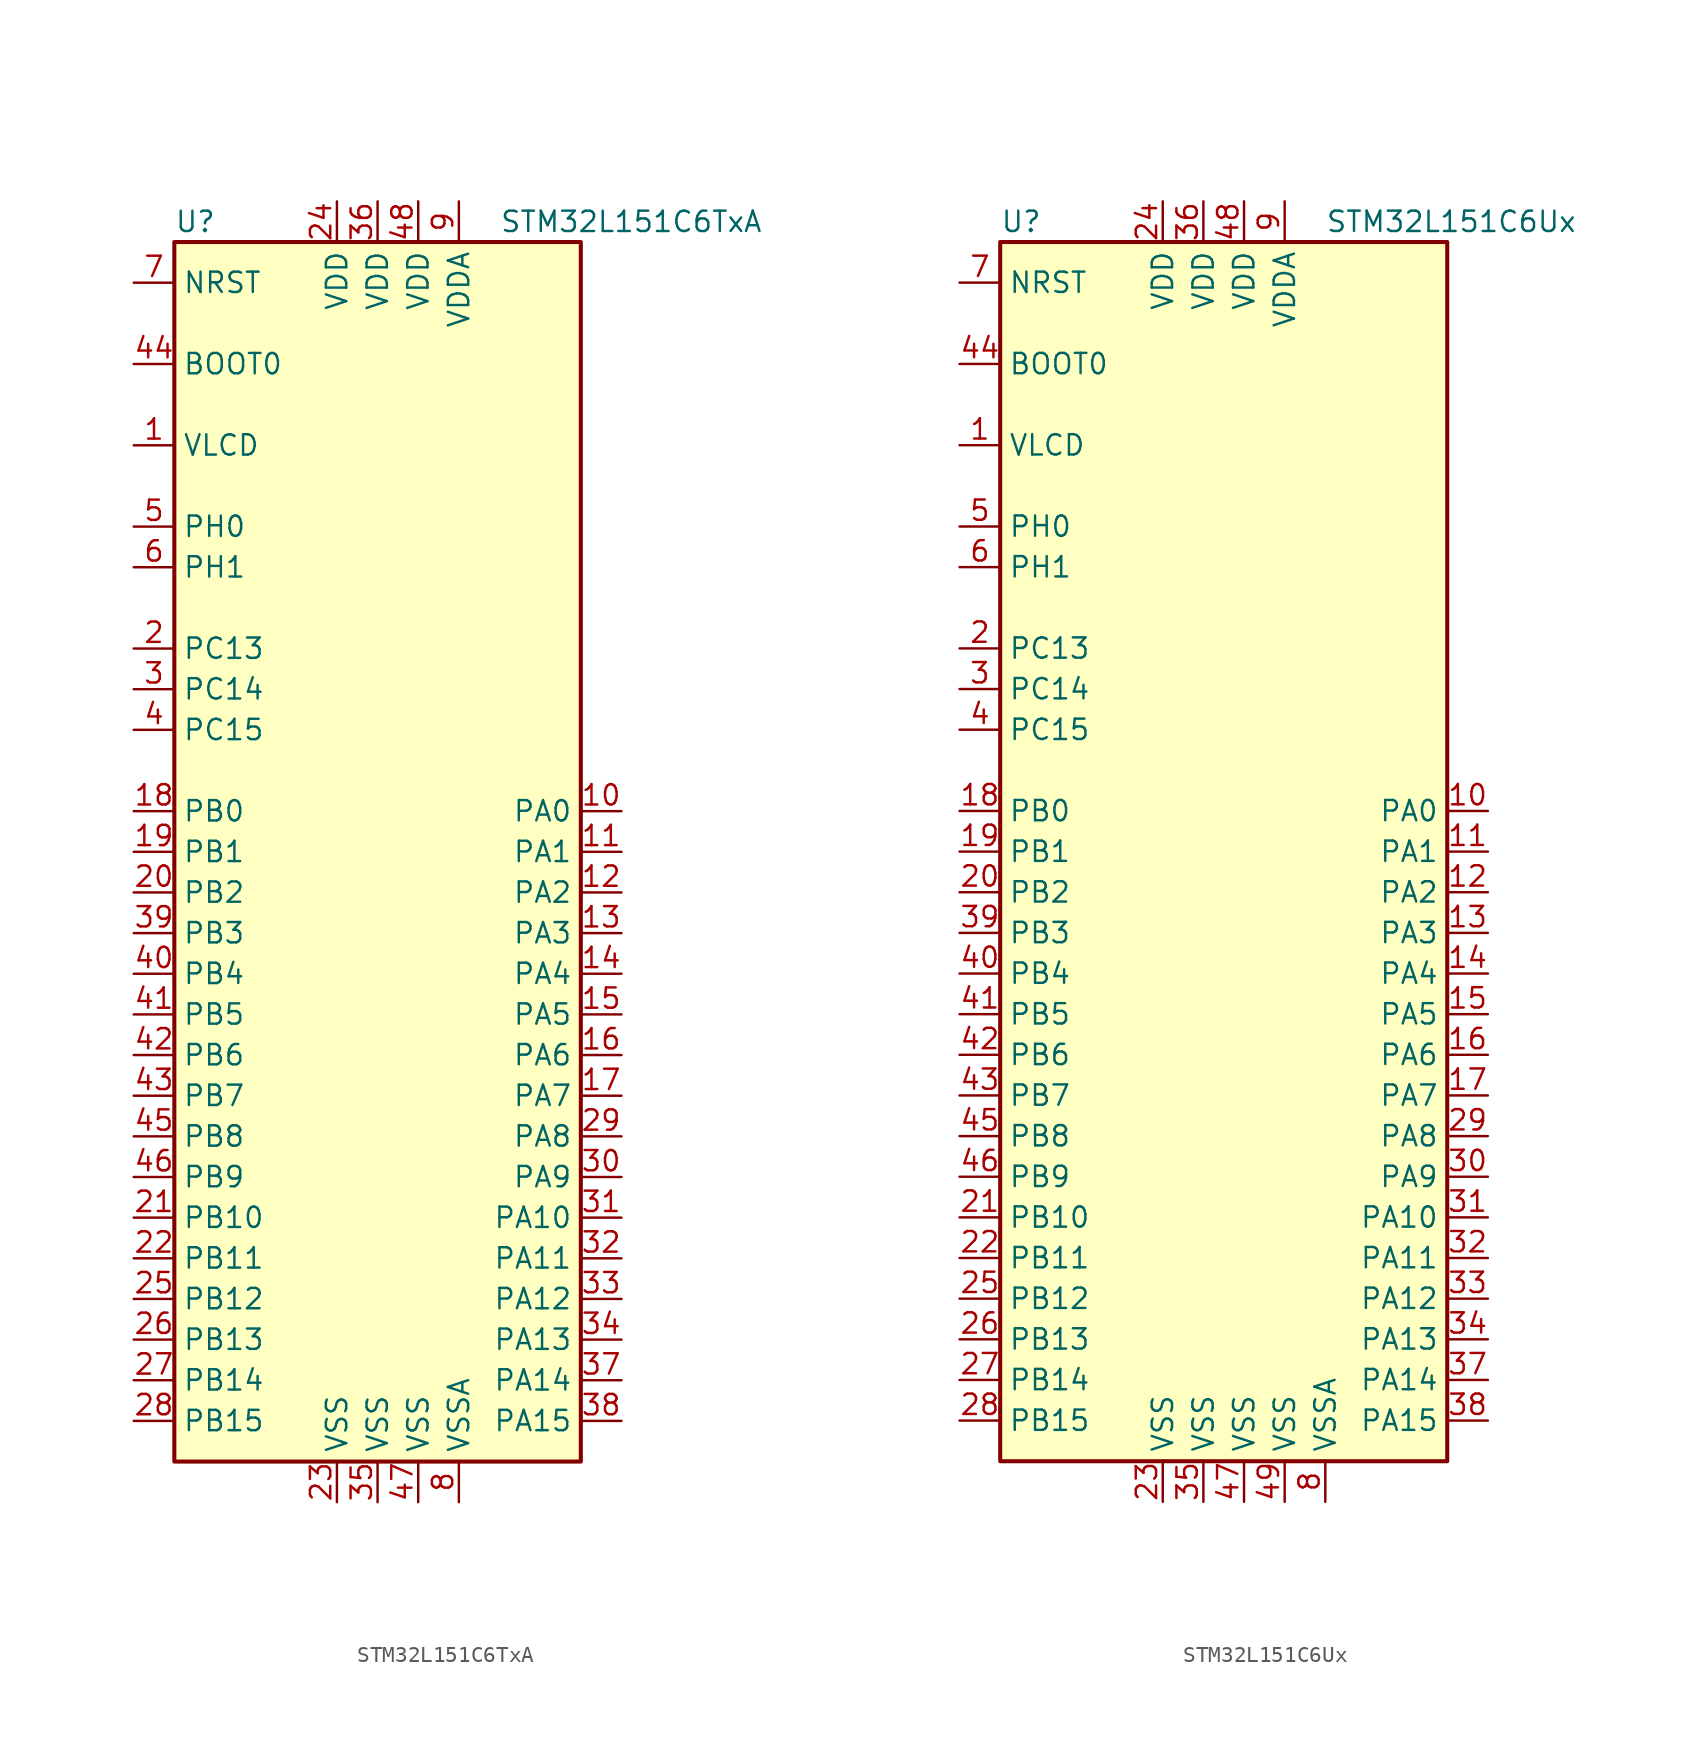
<source format=kicad_sym>
(kicad_symbol_lib
  (version 20211014)
  (generator kicad_symbol_editor)
  (symbol "STM32L151C6TxA"
    (property "Reference" "U"
      (at -12.7 39.37 0)
      (effects (font (size 1.27 1.27)) (justify left)))
    (property "Value" "STM32L151C6TxA"
      (at 7.62 39.37 0)
      (effects (font (size 1.27 1.27)) (justify left)))
    (symbol "STM32L151C6TxA_0_1"
      (rectangle (start -12.7 -38.1) (end 12.7 38.1) (stroke (width 0.254) (type default) (color 0 0 0 0)) (fill (type background))))
    (symbol "STM32L151C6TxA_1_1"
      (pin power_in line (at -15.24 25.4 0) (length 2.54) (name "VLCD" (effects (font (size 1.27 1.27)))) (number "1" (effects (font (size 1.27 1.27)))))
      (pin bidirectional line (at 15.24 2.54 180) (length 2.54) (name "PA0" (effects (font (size 1.27 1.27)))) (number "10" (effects (font (size 1.27 1.27)))))
      (pin bidirectional line (at 15.24 0 180) (length 2.54) (name "PA1" (effects (font (size 1.27 1.27)))) (number "11" (effects (font (size 1.27 1.27)))))
      (pin bidirectional line (at 15.24 -2.54 180) (length 2.54) (name "PA2" (effects (font (size 1.27 1.27)))) (number "12" (effects (font (size 1.27 1.27)))))
      (pin bidirectional line (at 15.24 -5.08 180) (length 2.54) (name "PA3" (effects (font (size 1.27 1.27)))) (number "13" (effects (font (size 1.27 1.27)))))
      (pin bidirectional line (at 15.24 -7.62 180) (length 2.54) (name "PA4" (effects (font (size 1.27 1.27)))) (number "14" (effects (font (size 1.27 1.27)))))
      (pin bidirectional line (at 15.24 -10.16 180) (length 2.54) (name "PA5" (effects (font (size 1.27 1.27)))) (number "15" (effects (font (size 1.27 1.27)))))
      (pin bidirectional line (at 15.24 -12.7 180) (length 2.54) (name "PA6" (effects (font (size 1.27 1.27)))) (number "16" (effects (font (size 1.27 1.27)))))
      (pin bidirectional line (at 15.24 -15.24 180) (length 2.54) (name "PA7" (effects (font (size 1.27 1.27)))) (number "17" (effects (font (size 1.27 1.27)))))
      (pin bidirectional line (at -15.24 2.54 0) (length 2.54) (name "PB0" (effects (font (size 1.27 1.27)))) (number "18" (effects (font (size 1.27 1.27)))))
      (pin bidirectional line (at -15.24 0 0) (length 2.54) (name "PB1" (effects (font (size 1.27 1.27)))) (number "19" (effects (font (size 1.27 1.27)))))
      (pin bidirectional line (at -15.24 12.7 0) (length 2.54) (name "PC13" (effects (font (size 1.27 1.27)))) (number "2" (effects (font (size 1.27 1.27)))))
      (pin bidirectional line (at -15.24 -2.54 0) (length 2.54) (name "PB2" (effects (font (size 1.27 1.27)))) (number "20" (effects (font (size 1.27 1.27)))))
      (pin bidirectional line (at -15.24 -22.86 0) (length 2.54) (name "PB10" (effects (font (size 1.27 1.27)))) (number "21" (effects (font (size 1.27 1.27)))))
      (pin bidirectional line (at -15.24 -25.4 0) (length 2.54) (name "PB11" (effects (font (size 1.27 1.27)))) (number "22" (effects (font (size 1.27 1.27)))))
      (pin power_in line (at -2.54 -40.64 90) (length 2.54) (name "VSS" (effects (font (size 1.27 1.27)))) (number "23" (effects (font (size 1.27 1.27)))))
      (pin power_in line (at -2.54 40.64 270) (length 2.54) (name "VDD" (effects (font (size 1.27 1.27)))) (number "24" (effects (font (size 1.27 1.27)))))
      (pin bidirectional line (at -15.24 -27.94 0) (length 2.54) (name "PB12" (effects (font (size 1.27 1.27)))) (number "25" (effects (font (size 1.27 1.27)))))
      (pin bidirectional line (at -15.24 -30.48 0) (length 2.54) (name "PB13" (effects (font (size 1.27 1.27)))) (number "26" (effects (font (size 1.27 1.27)))))
      (pin bidirectional line (at -15.24 -33.02 0) (length 2.54) (name "PB14" (effects (font (size 1.27 1.27)))) (number "27" (effects (font (size 1.27 1.27)))))
      (pin bidirectional line (at -15.24 -35.56 0) (length 2.54) (name "PB15" (effects (font (size 1.27 1.27)))) (number "28" (effects (font (size 1.27 1.27)))))
      (pin bidirectional line (at 15.24 -17.78 180) (length 2.54) (name "PA8" (effects (font (size 1.27 1.27)))) (number "29" (effects (font (size 1.27 1.27)))))
      (pin bidirectional line (at -15.24 10.16 0) (length 2.54) (name "PC14" (effects (font (size 1.27 1.27)))) (number "3" (effects (font (size 1.27 1.27)))))
      (pin bidirectional line (at 15.24 -20.32 180) (length 2.54) (name "PA9" (effects (font (size 1.27 1.27)))) (number "30" (effects (font (size 1.27 1.27)))))
      (pin bidirectional line (at 15.24 -22.86 180) (length 2.54) (name "PA10" (effects (font (size 1.27 1.27)))) (number "31" (effects (font (size 1.27 1.27)))))
      (pin bidirectional line (at 15.24 -25.4 180) (length 2.54) (name "PA11" (effects (font (size 1.27 1.27)))) (number "32" (effects (font (size 1.27 1.27)))))
      (pin bidirectional line (at 15.24 -27.94 180) (length 2.54) (name "PA12" (effects (font (size 1.27 1.27)))) (number "33" (effects (font (size 1.27 1.27)))))
      (pin bidirectional line (at 15.24 -30.48 180) (length 2.54) (name "PA13" (effects (font (size 1.27 1.27)))) (number "34" (effects (font (size 1.27 1.27)))))
      (pin power_in line (at 0 -40.64 90) (length 2.54) (name "VSS" (effects (font (size 1.27 1.27)))) (number "35" (effects (font (size 1.27 1.27)))))
      (pin power_in line (at 0 40.64 270) (length 2.54) (name "VDD" (effects (font (size 1.27 1.27)))) (number "36" (effects (font (size 1.27 1.27)))))
      (pin bidirectional line (at 15.24 -33.02 180) (length 2.54) (name "PA14" (effects (font (size 1.27 1.27)))) (number "37" (effects (font (size 1.27 1.27)))))
      (pin bidirectional line (at 15.24 -35.56 180) (length 2.54) (name "PA15" (effects (font (size 1.27 1.27)))) (number "38" (effects (font (size 1.27 1.27)))))
      (pin bidirectional line (at -15.24 -5.08 0) (length 2.54) (name "PB3" (effects (font (size 1.27 1.27)))) (number "39" (effects (font (size 1.27 1.27)))))
      (pin bidirectional line (at -15.24 7.62 0) (length 2.54) (name "PC15" (effects (font (size 1.27 1.27)))) (number "4" (effects (font (size 1.27 1.27)))))
      (pin bidirectional line (at -15.24 -7.62 0) (length 2.54) (name "PB4" (effects (font (size 1.27 1.27)))) (number "40" (effects (font (size 1.27 1.27)))))
      (pin bidirectional line (at -15.24 -10.16 0) (length 2.54) (name "PB5" (effects (font (size 1.27 1.27)))) (number "41" (effects (font (size 1.27 1.27)))))
      (pin bidirectional line (at -15.24 -12.7 0) (length 2.54) (name "PB6" (effects (font (size 1.27 1.27)))) (number "42" (effects (font (size 1.27 1.27)))))
      (pin bidirectional line (at -15.24 -15.24 0) (length 2.54) (name "PB7" (effects (font (size 1.27 1.27)))) (number "43" (effects (font (size 1.27 1.27)))))
      (pin input line (at -15.24 30.48 0) (length 2.54) (name "BOOT0" (effects (font (size 1.27 1.27)))) (number "44" (effects (font (size 1.27 1.27)))))
      (pin bidirectional line (at -15.24 -17.78 0) (length 2.54) (name "PB8" (effects (font (size 1.27 1.27)))) (number "45" (effects (font (size 1.27 1.27)))))
      (pin bidirectional line (at -15.24 -20.32 0) (length 2.54) (name "PB9" (effects (font (size 1.27 1.27)))) (number "46" (effects (font (size 1.27 1.27)))))
      (pin power_in line (at 2.54 -40.64 90) (length 2.54) (name "VSS" (effects (font (size 1.27 1.27)))) (number "47" (effects (font (size 1.27 1.27)))))
      (pin power_in line (at 2.54 40.64 270) (length 2.54) (name "VDD" (effects (font (size 1.27 1.27)))) (number "48" (effects (font (size 1.27 1.27)))))
      (pin input line (at -15.24 20.32 0) (length 2.54) (name "PH0" (effects (font (size 1.27 1.27)))) (number "5" (effects (font (size 1.27 1.27)))))
      (pin input line (at -15.24 17.78 0) (length 2.54) (name "PH1" (effects (font (size 1.27 1.27)))) (number "6" (effects (font (size 1.27 1.27)))))
      (pin input line (at -15.24 35.56 0) (length 2.54) (name "NRST" (effects (font (size 1.27 1.27)))) (number "7" (effects (font (size 1.27 1.27)))))
      (pin power_in line (at 5.08 -40.64 90) (length 2.54) (name "VSSA" (effects (font (size 1.27 1.27)))) (number "8" (effects (font (size 1.27 1.27)))))
      (pin power_in line (at 5.08 40.64 270) (length 2.54) (name "VDDA" (effects (font (size 1.27 1.27)))) (number "9" (effects (font (size 1.27 1.27)))))))
  (symbol "STM32L151C6Ux"
    (property "Reference" "U"
      (at -15.24 39.37 0)
      (effects (font (size 1.27 1.27)) (justify left)))
    (property "Value" "STM32L151C6Ux"
      (at 5.08 39.37 0)
      (effects (font (size 1.27 1.27)) (justify left)))
    (symbol "STM32L151C6Ux_0_1"
      (rectangle (start -15.24 -38.1) (end 12.7 38.1) (stroke (width 0.254) (type default) (color 0 0 0 0)) (fill (type background))))
    (symbol "STM32L151C6Ux_1_1"
      (pin power_in line (at -17.78 25.4 0) (length 2.54) (name "VLCD" (effects (font (size 1.27 1.27)))) (number "1" (effects (font (size 1.27 1.27)))))
      (pin bidirectional line (at 15.24 2.54 180) (length 2.54) (name "PA0" (effects (font (size 1.27 1.27)))) (number "10" (effects (font (size 1.27 1.27)))))
      (pin bidirectional line (at 15.24 0 180) (length 2.54) (name "PA1" (effects (font (size 1.27 1.27)))) (number "11" (effects (font (size 1.27 1.27)))))
      (pin bidirectional line (at 15.24 -2.54 180) (length 2.54) (name "PA2" (effects (font (size 1.27 1.27)))) (number "12" (effects (font (size 1.27 1.27)))))
      (pin bidirectional line (at 15.24 -5.08 180) (length 2.54) (name "PA3" (effects (font (size 1.27 1.27)))) (number "13" (effects (font (size 1.27 1.27)))))
      (pin bidirectional line (at 15.24 -7.62 180) (length 2.54) (name "PA4" (effects (font (size 1.27 1.27)))) (number "14" (effects (font (size 1.27 1.27)))))
      (pin bidirectional line (at 15.24 -10.16 180) (length 2.54) (name "PA5" (effects (font (size 1.27 1.27)))) (number "15" (effects (font (size 1.27 1.27)))))
      (pin bidirectional line (at 15.24 -12.7 180) (length 2.54) (name "PA6" (effects (font (size 1.27 1.27)))) (number "16" (effects (font (size 1.27 1.27)))))
      (pin bidirectional line (at 15.24 -15.24 180) (length 2.54) (name "PA7" (effects (font (size 1.27 1.27)))) (number "17" (effects (font (size 1.27 1.27)))))
      (pin bidirectional line (at -17.78 2.54 0) (length 2.54) (name "PB0" (effects (font (size 1.27 1.27)))) (number "18" (effects (font (size 1.27 1.27)))))
      (pin bidirectional line (at -17.78 0 0) (length 2.54) (name "PB1" (effects (font (size 1.27 1.27)))) (number "19" (effects (font (size 1.27 1.27)))))
      (pin bidirectional line (at -17.78 12.7 0) (length 2.54) (name "PC13" (effects (font (size 1.27 1.27)))) (number "2" (effects (font (size 1.27 1.27)))))
      (pin bidirectional line (at -17.78 -2.54 0) (length 2.54) (name "PB2" (effects (font (size 1.27 1.27)))) (number "20" (effects (font (size 1.27 1.27)))))
      (pin bidirectional line (at -17.78 -22.86 0) (length 2.54) (name "PB10" (effects (font (size 1.27 1.27)))) (number "21" (effects (font (size 1.27 1.27)))))
      (pin bidirectional line (at -17.78 -25.4 0) (length 2.54) (name "PB11" (effects (font (size 1.27 1.27)))) (number "22" (effects (font (size 1.27 1.27)))))
      (pin power_in line (at -5.08 -40.64 90) (length 2.54) (name "VSS" (effects (font (size 1.27 1.27)))) (number "23" (effects (font (size 1.27 1.27)))))
      (pin power_in line (at -5.08 40.64 270) (length 2.54) (name "VDD" (effects (font (size 1.27 1.27)))) (number "24" (effects (font (size 1.27 1.27)))))
      (pin bidirectional line (at -17.78 -27.94 0) (length 2.54) (name "PB12" (effects (font (size 1.27 1.27)))) (number "25" (effects (font (size 1.27 1.27)))))
      (pin bidirectional line (at -17.78 -30.48 0) (length 2.54) (name "PB13" (effects (font (size 1.27 1.27)))) (number "26" (effects (font (size 1.27 1.27)))))
      (pin bidirectional line (at -17.78 -33.02 0) (length 2.54) (name "PB14" (effects (font (size 1.27 1.27)))) (number "27" (effects (font (size 1.27 1.27)))))
      (pin bidirectional line (at -17.78 -35.56 0) (length 2.54) (name "PB15" (effects (font (size 1.27 1.27)))) (number "28" (effects (font (size 1.27 1.27)))))
      (pin bidirectional line (at 15.24 -17.78 180) (length 2.54) (name "PA8" (effects (font (size 1.27 1.27)))) (number "29" (effects (font (size 1.27 1.27)))))
      (pin bidirectional line (at -17.78 10.16 0) (length 2.54) (name "PC14" (effects (font (size 1.27 1.27)))) (number "3" (effects (font (size 1.27 1.27)))))
      (pin bidirectional line (at 15.24 -20.32 180) (length 2.54) (name "PA9" (effects (font (size 1.27 1.27)))) (number "30" (effects (font (size 1.27 1.27)))))
      (pin bidirectional line (at 15.24 -22.86 180) (length 2.54) (name "PA10" (effects (font (size 1.27 1.27)))) (number "31" (effects (font (size 1.27 1.27)))))
      (pin bidirectional line (at 15.24 -25.4 180) (length 2.54) (name "PA11" (effects (font (size 1.27 1.27)))) (number "32" (effects (font (size 1.27 1.27)))))
      (pin bidirectional line (at 15.24 -27.94 180) (length 2.54) (name "PA12" (effects (font (size 1.27 1.27)))) (number "33" (effects (font (size 1.27 1.27)))))
      (pin bidirectional line (at 15.24 -30.48 180) (length 2.54) (name "PA13" (effects (font (size 1.27 1.27)))) (number "34" (effects (font (size 1.27 1.27)))))
      (pin power_in line (at -2.54 -40.64 90) (length 2.54) (name "VSS" (effects (font (size 1.27 1.27)))) (number "35" (effects (font (size 1.27 1.27)))))
      (pin power_in line (at -2.54 40.64 270) (length 2.54) (name "VDD" (effects (font (size 1.27 1.27)))) (number "36" (effects (font (size 1.27 1.27)))))
      (pin bidirectional line (at 15.24 -33.02 180) (length 2.54) (name "PA14" (effects (font (size 1.27 1.27)))) (number "37" (effects (font (size 1.27 1.27)))))
      (pin bidirectional line (at 15.24 -35.56 180) (length 2.54) (name "PA15" (effects (font (size 1.27 1.27)))) (number "38" (effects (font (size 1.27 1.27)))))
      (pin bidirectional line (at -17.78 -5.08 0) (length 2.54) (name "PB3" (effects (font (size 1.27 1.27)))) (number "39" (effects (font (size 1.27 1.27)))))
      (pin bidirectional line (at -17.78 7.62 0) (length 2.54) (name "PC15" (effects (font (size 1.27 1.27)))) (number "4" (effects (font (size 1.27 1.27)))))
      (pin bidirectional line (at -17.78 -7.62 0) (length 2.54) (name "PB4" (effects (font (size 1.27 1.27)))) (number "40" (effects (font (size 1.27 1.27)))))
      (pin bidirectional line (at -17.78 -10.16 0) (length 2.54) (name "PB5" (effects (font (size 1.27 1.27)))) (number "41" (effects (font (size 1.27 1.27)))))
      (pin bidirectional line (at -17.78 -12.7 0) (length 2.54) (name "PB6" (effects (font (size 1.27 1.27)))) (number "42" (effects (font (size 1.27 1.27)))))
      (pin bidirectional line (at -17.78 -15.24 0) (length 2.54) (name "PB7" (effects (font (size 1.27 1.27)))) (number "43" (effects (font (size 1.27 1.27)))))
      (pin input line (at -17.78 30.48 0) (length 2.54) (name "BOOT0" (effects (font (size 1.27 1.27)))) (number "44" (effects (font (size 1.27 1.27)))))
      (pin bidirectional line (at -17.78 -17.78 0) (length 2.54) (name "PB8" (effects (font (size 1.27 1.27)))) (number "45" (effects (font (size 1.27 1.27)))))
      (pin bidirectional line (at -17.78 -20.32 0) (length 2.54) (name "PB9" (effects (font (size 1.27 1.27)))) (number "46" (effects (font (size 1.27 1.27)))))
      (pin power_in line (at 0 -40.64 90) (length 2.54) (name "VSS" (effects (font (size 1.27 1.27)))) (number "47" (effects (font (size 1.27 1.27)))))
      (pin power_in line (at 0 40.64 270) (length 2.54) (name "VDD" (effects (font (size 1.27 1.27)))) (number "48" (effects (font (size 1.27 1.27)))))
      (pin power_in line (at 2.54 -40.64 90) (length 2.54) (name "VSS" (effects (font (size 1.27 1.27)))) (number "49" (effects (font (size 1.27 1.27)))))
      (pin input line (at -17.78 20.32 0) (length 2.54) (name "PH0" (effects (font (size 1.27 1.27)))) (number "5" (effects (font (size 1.27 1.27)))))
      (pin input line (at -17.78 17.78 0) (length 2.54) (name "PH1" (effects (font (size 1.27 1.27)))) (number "6" (effects (font (size 1.27 1.27)))))
      (pin input line (at -17.78 35.56 0) (length 2.54) (name "NRST" (effects (font (size 1.27 1.27)))) (number "7" (effects (font (size 1.27 1.27)))))
      (pin power_in line (at 5.08 -40.64 90) (length 2.54) (name "VSSA" (effects (font (size 1.27 1.27)))) (number "8" (effects (font (size 1.27 1.27)))))
      (pin power_in line (at 2.54 40.64 270) (length 2.54) (name "VDDA" (effects (font (size 1.27 1.27)))) (number "9" (effects (font (size 1.27 1.27))))))))
</source>
